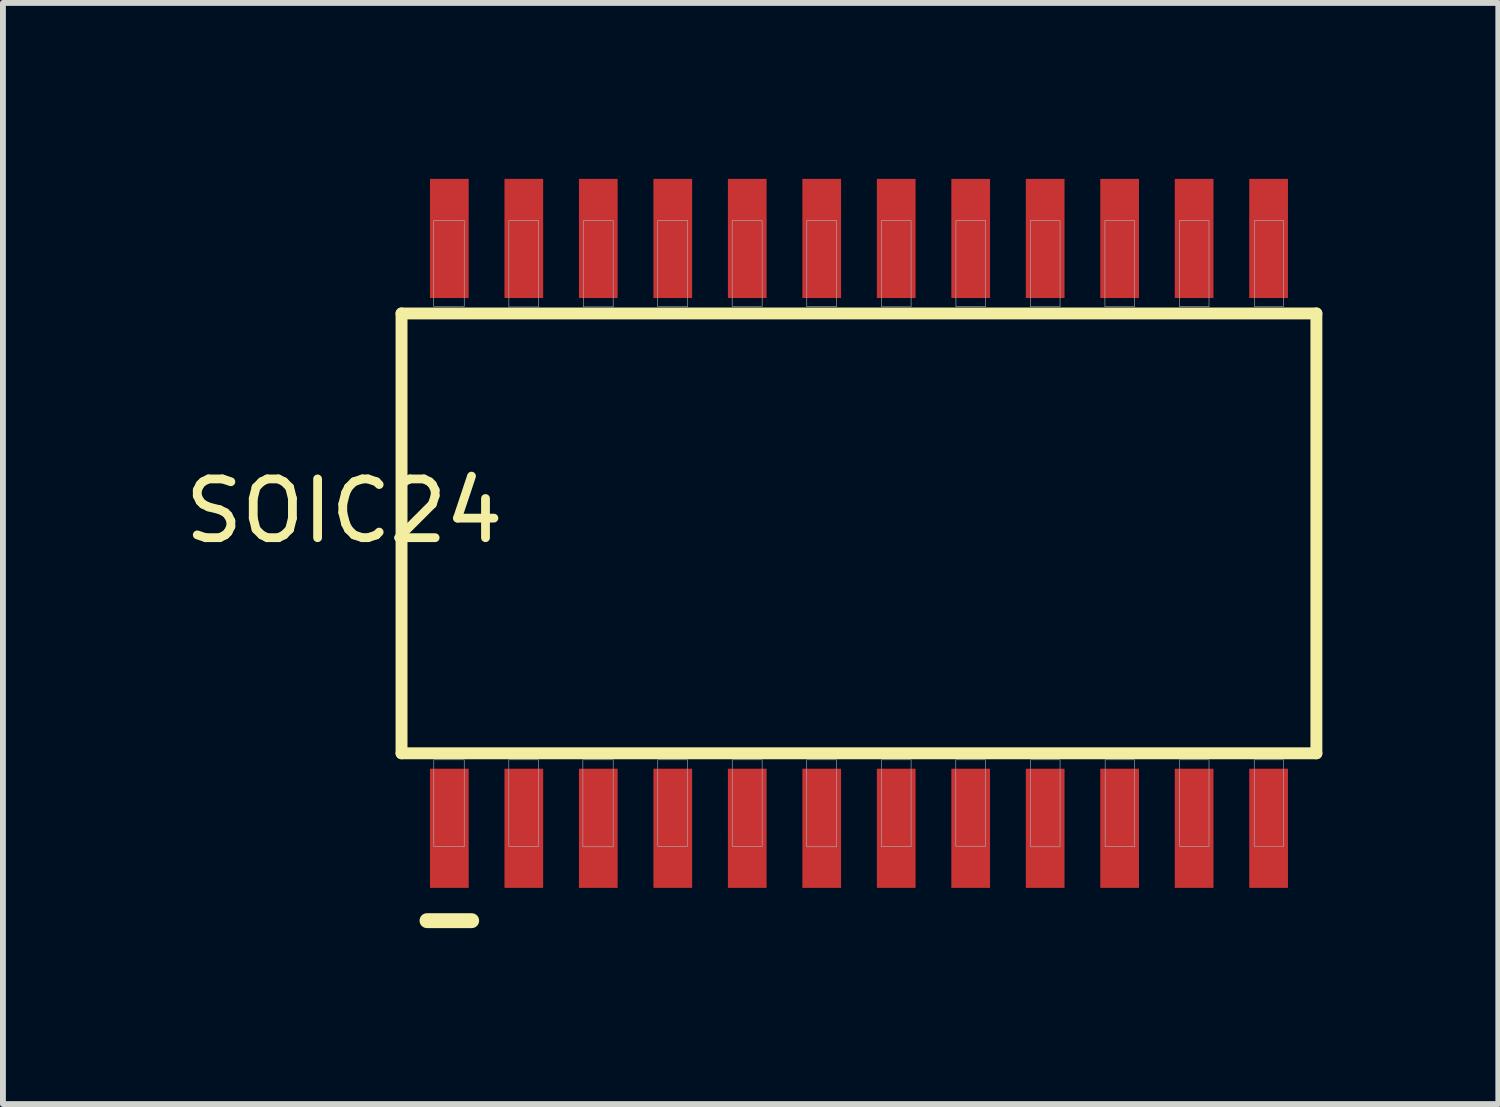
<source format=kicad_pcb>
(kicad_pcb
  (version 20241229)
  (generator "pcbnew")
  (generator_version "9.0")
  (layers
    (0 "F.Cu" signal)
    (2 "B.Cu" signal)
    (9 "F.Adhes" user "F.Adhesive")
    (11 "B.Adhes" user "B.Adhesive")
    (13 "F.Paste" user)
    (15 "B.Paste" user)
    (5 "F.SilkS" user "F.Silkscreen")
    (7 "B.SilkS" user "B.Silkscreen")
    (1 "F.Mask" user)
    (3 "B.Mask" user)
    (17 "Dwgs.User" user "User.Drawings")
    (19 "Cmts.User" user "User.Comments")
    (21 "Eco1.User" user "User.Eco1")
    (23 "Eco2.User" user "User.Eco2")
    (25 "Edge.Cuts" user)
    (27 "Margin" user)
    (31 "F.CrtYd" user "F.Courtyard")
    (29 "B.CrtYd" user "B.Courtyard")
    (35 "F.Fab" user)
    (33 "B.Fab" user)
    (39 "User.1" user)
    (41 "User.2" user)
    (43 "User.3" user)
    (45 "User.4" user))
  (footprint "SOIC24"
    (layer "F.Cu")
    (at 11.597 6.045)
    (property "Reference" "SOIC24" (at -8.778 -0.382 180) (layer "F.SilkS") (effects (font (size 1.002 1.002) (thickness 0.15))))
    (attr smd)
    (fp_line (start -7.8 -3.75) (end -7.8 3.75) (stroke (width 0.203) (type solid)) (layer "F.SilkS"))
    (fp_line (start -7.8 3.75) (end 7.8 3.75) (stroke (width 0.203) (type solid)) (layer "F.SilkS"))
    (fp_line (start -7.366 6.604) (end -6.604 6.604) (stroke (width 0.254) (type solid)) (layer "F.SilkS"))
    (fp_line (start 7.8 -3.75) (end -7.8 -3.75) (stroke (width 0.203) (type solid)) (layer "F.SilkS"))
    (fp_line (start 7.8 3.75) (end 7.8 -3.75) (stroke (width 0.203) (type solid)) (layer "F.SilkS"))
    (fp_poly (pts (xy -7.252 -5.334) (xy -6.731 -5.334) (xy -6.731 -3.868) (xy -7.252 -3.868)) (stroke (width 0.01) (type solid)) (fill no) (layer "F.Fab"))
    (fp_poly (pts (xy -7.25 3.861) (xy -6.731 3.861) (xy -6.731 5.342) (xy -7.25 5.342)) (stroke (width 0.01) (type solid)) (fill no) (layer "F.Fab"))
    (fp_poly (pts (xy -5.971 3.861) (xy -5.461 3.861) (xy -5.461 5.336) (xy -5.971 5.336)) (stroke (width 0.01) (type solid)) (fill no) (layer "F.Fab"))
    (fp_poly (pts (xy -5.97 -5.334) (xy -5.461 -5.334) (xy -5.461 -3.861) (xy -5.97 -3.861)) (stroke (width 0.01) (type solid)) (fill no) (layer "F.Fab"))
    (fp_poly (pts (xy -4.708 3.861) (xy -4.191 3.861) (xy -4.191 5.344) (xy -4.708 5.344)) (stroke (width 0.01) (type solid)) (fill no) (layer "F.Fab"))
    (fp_poly (pts (xy -4.701 -5.334) (xy -4.191 -5.334) (xy -4.191 -3.862) (xy -4.701 -3.862)) (stroke (width 0.01) (type solid)) (fill no) (layer "F.Fab"))
    (fp_poly (pts (xy -3.432 -5.334) (xy -2.921 -5.334) (xy -2.921 -3.864) (xy -3.432 -3.864)) (stroke (width 0.01) (type solid)) (fill no) (layer "F.Fab"))
    (fp_poly (pts (xy -3.431 3.861) (xy -2.921 3.861) (xy -2.921 5.336) (xy -3.431 5.336)) (stroke (width 0.01) (type solid)) (fill no) (layer "F.Fab"))
    (fp_poly (pts (xy -2.162 -5.334) (xy -1.651 -5.334) (xy -1.651 -3.867) (xy -2.162 -3.867)) (stroke (width 0.01) (type solid)) (fill no) (layer "F.Fab"))
    (fp_poly (pts (xy -2.161 3.861) (xy -1.651 3.861) (xy -1.651 5.338) (xy -2.161 5.338)) (stroke (width 0.01) (type solid)) (fill no) (layer "F.Fab"))
    (fp_poly (pts (xy -0.891 3.861) (xy -0.381 3.861) (xy -0.381 5.344) (xy -0.891 5.344)) (stroke (width 0.01) (type solid)) (fill no) (layer "F.Fab"))
    (fp_poly (pts (xy -0.89 -5.334) (xy -0.381 -5.334) (xy -0.381 -3.865) (xy -0.89 -3.865)) (stroke (width 0.01) (type solid)) (fill no) (layer "F.Fab"))
    (fp_poly (pts (xy 0.381 -5.334) (xy 0.889 -5.334) (xy 0.889 -3.863) (xy 0.381 -3.863)) (stroke (width 0.01) (type solid)) (fill no) (layer "F.Fab"))
    (fp_poly (pts (xy 0.382 3.861) (xy 0.889 3.861) (xy 0.889 5.342) (xy 0.382 5.342)) (stroke (width 0.01) (type solid)) (fill no) (layer "F.Fab"))
    (fp_poly (pts (xy 1.651 3.861) (xy 2.159 3.861) (xy 2.159 5.335) (xy 1.651 5.335)) (stroke (width 0.01) (type solid)) (fill no) (layer "F.Fab"))
    (fp_poly (pts (xy 1.653 -5.334) (xy 2.159 -5.334) (xy 2.159 -3.865) (xy 1.653 -3.865)) (stroke (width 0.01) (type solid)) (fill no) (layer "F.Fab"))
    (fp_poly (pts (xy 2.923 -5.334) (xy 3.429 -5.334) (xy 3.429 -3.864) (xy 2.923 -3.864)) (stroke (width 0.01) (type solid)) (fill no) (layer "F.Fab"))
    (fp_poly (pts (xy 2.926 3.861) (xy 3.429 3.861) (xy 3.429 5.344) (xy 2.926 5.344)) (stroke (width 0.01) (type solid)) (fill no) (layer "F.Fab"))
    (fp_poly (pts (xy 4.194 -5.334) (xy 4.699 -5.334) (xy 4.699 -3.864) (xy 4.194 -3.864)) (stroke (width 0.01) (type solid)) (fill no) (layer "F.Fab"))
    (fp_poly (pts (xy 4.198 3.861) (xy 4.699 3.861) (xy 4.699 5.343) (xy 4.198 5.343)) (stroke (width 0.01) (type solid)) (fill no) (layer "F.Fab"))
    (fp_poly (pts (xy 5.464 3.861) (xy 5.969 3.861) (xy 5.969 5.337) (xy 5.464 5.337)) (stroke (width 0.01) (type solid)) (fill no) (layer "F.Fab"))
    (fp_poly (pts (xy 5.467 -5.334) (xy 5.969 -5.334) (xy 5.969 -3.865) (xy 5.467 -3.865)) (stroke (width 0.01) (type solid)) (fill no) (layer "F.Fab"))
    (fp_poly (pts (xy 6.74 3.861) (xy 7.239 3.861) (xy 7.239 5.341) (xy 6.74 5.341)) (stroke (width 0.01) (type solid)) (fill no) (layer "F.Fab"))
    (fp_poly (pts (xy 6.744 -5.334) (xy 7.239 -5.334) (xy 7.239 -3.868) (xy 6.744 -3.868)) (stroke (width 0.01) (type solid)) (fill no) (layer "F.Fab"))
    (pad "1" smd rect (at -6.985 5.029) (size 0.66 2.032) (layers "F.Cu" "F.Mask" "F.Paste"))
    (pad "2" smd rect (at -5.715 5.029) (size 0.66 2.032) (layers "F.Cu" "F.Mask" "F.Paste"))
    (pad "3" smd rect (at -4.445 5.029) (size 0.66 2.032) (layers "F.Cu" "F.Mask" "F.Paste"))
    (pad "4" smd rect (at -3.175 5.029) (size 0.66 2.032) (layers "F.Cu" "F.Mask" "F.Paste"))
    (pad "5" smd rect (at -1.905 5.029) (size 0.66 2.032) (layers "F.Cu" "F.Mask" "F.Paste"))
    (pad "6" smd rect (at -0.635 5.029) (size 0.66 2.032) (layers "F.Cu" "F.Mask" "F.Paste"))
    (pad "7" smd rect (at 0.635 5.029) (size 0.66 2.032) (layers "F.Cu" "F.Mask" "F.Paste"))
    (pad "8" smd rect (at 1.905 5.029) (size 0.66 2.032) (layers "F.Cu" "F.Mask" "F.Paste"))
    (pad "9" smd rect (at 3.175 5.029) (size 0.66 2.032) (layers "F.Cu" "F.Mask" "F.Paste"))
    (pad "10" smd rect (at 4.445 5.029) (size 0.66 2.032) (layers "F.Cu" "F.Mask" "F.Paste"))
    (pad "11" smd rect (at 5.715 5.029) (size 0.66 2.032) (layers "F.Cu" "F.Mask" "F.Paste"))
    (pad "12" smd rect (at 6.985 5.029) (size 0.66 2.032) (layers "F.Cu" "F.Mask" "F.Paste"))
    (pad "13" smd rect (at 6.985 -5.029) (size 0.66 2.032) (layers "F.Cu" "F.Mask" "F.Paste"))
    (pad "14" smd rect (at 5.715 -5.029) (size 0.66 2.032) (layers "F.Cu" "F.Mask" "F.Paste"))
    (pad "15" smd rect (at 4.445 -5.029) (size 0.66 2.032) (layers "F.Cu" "F.Mask" "F.Paste"))
    (pad "16" smd rect (at 3.175 -5.029) (size 0.66 2.032) (layers "F.Cu" "F.Mask" "F.Paste"))
    (pad "17" smd rect (at 1.905 -5.029) (size 0.66 2.032) (layers "F.Cu" "F.Mask" "F.Paste"))
    (pad "18" smd rect (at 0.635 -5.029) (size 0.66 2.032) (layers "F.Cu" "F.Mask" "F.Paste"))
    (pad "19" smd rect (at -0.635 -5.029) (size 0.66 2.032) (layers "F.Cu" "F.Mask" "F.Paste"))
    (pad "20" smd rect (at -1.905 -5.029) (size 0.66 2.032) (layers "F.Cu" "F.Mask" "F.Paste"))
    (pad "21" smd rect (at -3.175 -5.029) (size 0.66 2.032) (layers "F.Cu" "F.Mask" "F.Paste"))
    (pad "22" smd rect (at -4.445 -5.029) (size 0.66 2.032) (layers "F.Cu" "F.Mask" "F.Paste"))
    (pad "23" smd rect (at -5.715 -5.029) (size 0.66 2.032) (layers "F.Cu" "F.Mask" "F.Paste"))
    (pad "24" smd rect (at -6.985 -5.029) (size 0.66 2.032) (layers "F.Cu" "F.Mask" "F.Paste")))
  (gr_rect
    (start -3 -3)
    (end 22.499 15.776)
    (stroke (width 0.1) (type default))
    (fill no)
    (layer "Edge.Cuts")))
</source>
